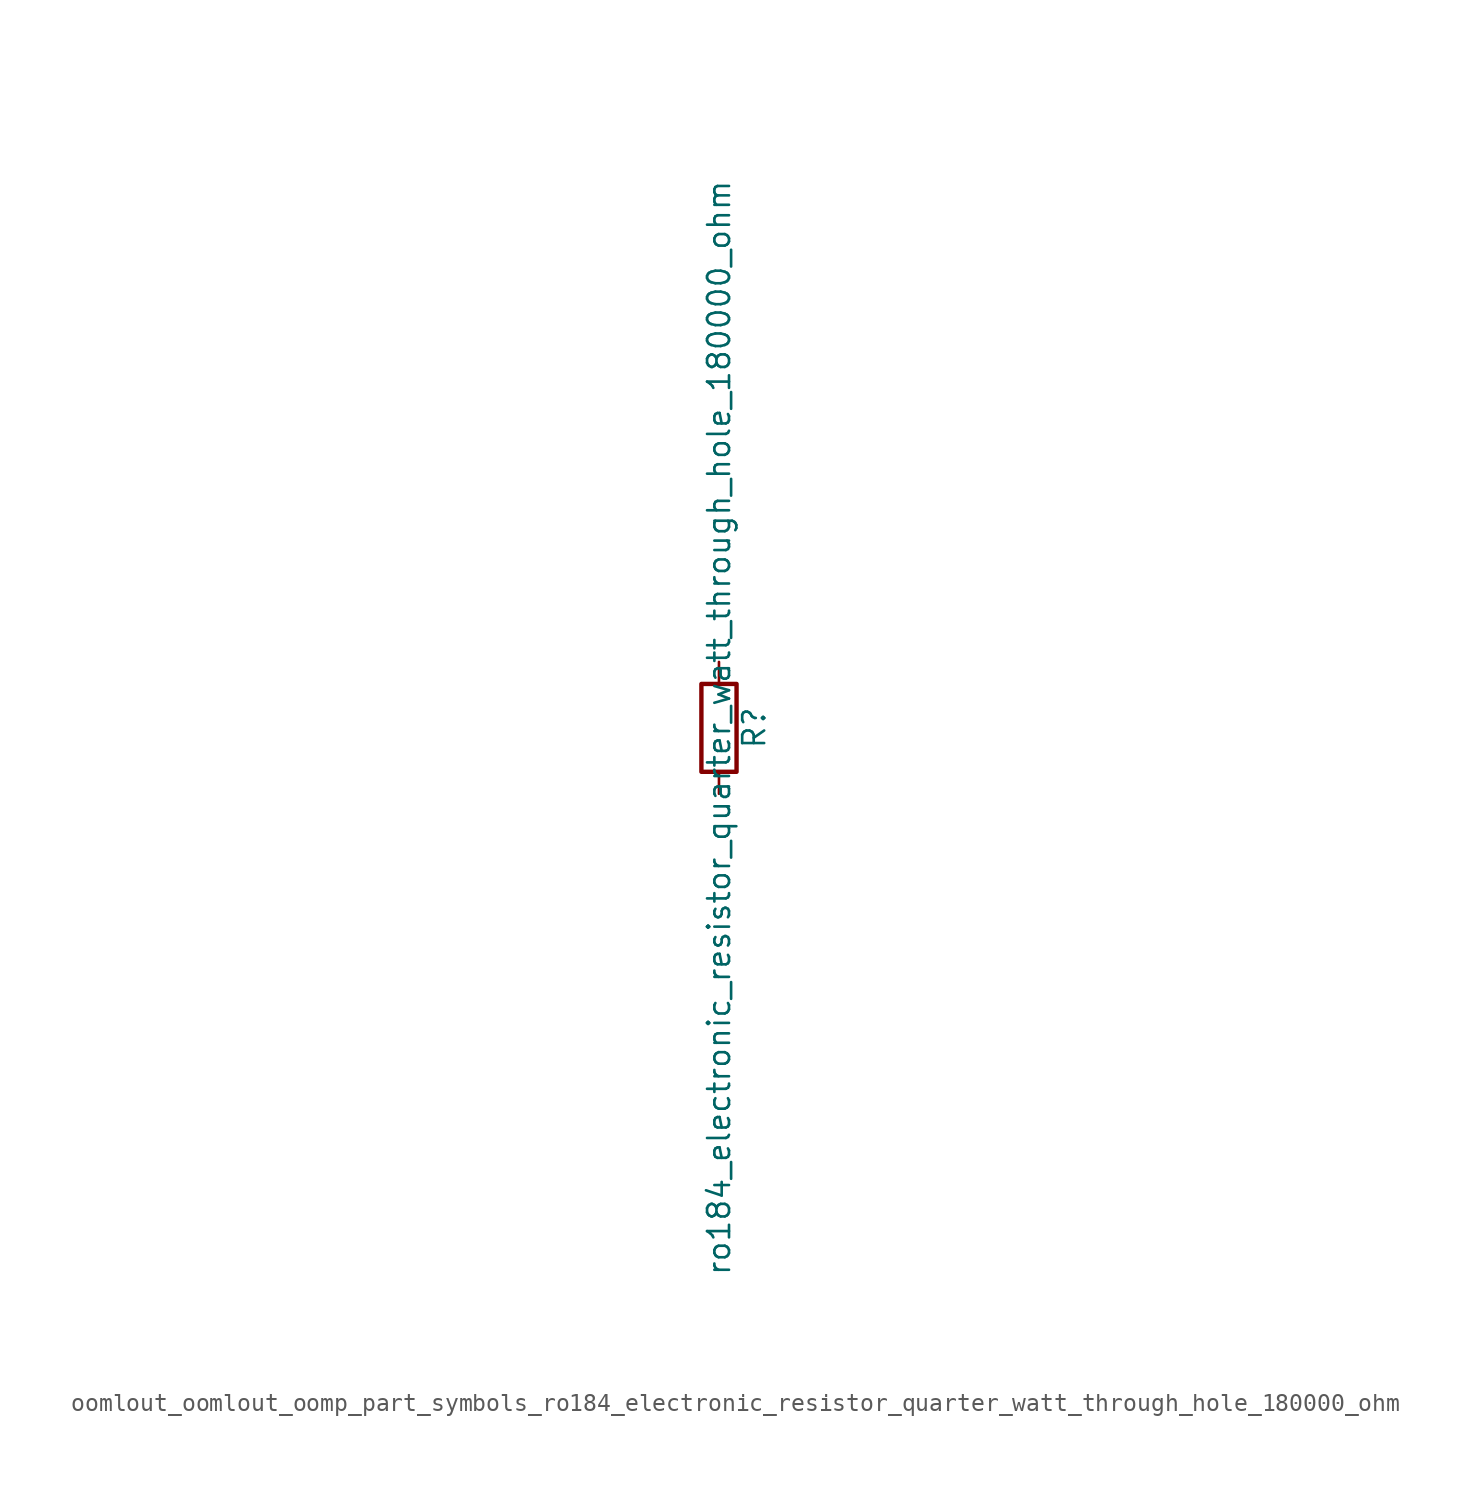
<source format=kicad_sym>
(kicad_symbol_lib
  (version 20220914)
  (generator kicad_symbol_editor)
  (symbol "oomlout_oomlout_oomp_part_symbols_ro184_electronic_resistor_quarter_watt_through_hole_180000_ohm"
    (pin_numbers hide)
    (pin_names
      (offset 0))
    (property "Reference" "R"
      (at 2.032 0 90)
      (effects (font (size 1.27 1.27))))
    (property "Value" "ro184_electronic_resistor_quarter_watt_through_hole_180000_ohm"
      (at 0 0 90)
      (effects (font (size 1.27 1.27))))
    (symbol "oomlout_oomlout_oomp_part_symbols_ro184_electronic_resistor_quarter_watt_through_hole_180000_ohm_0_1"
      (rectangle (start -1.016 -2.54) (end 1.016 2.54) (stroke (width 0.254) (type default)) (fill (type none))))
    (symbol "oomlout_oomlout_oomp_part_symbols_ro184_electronic_resistor_quarter_watt_through_hole_180000_ohm_1_1"
      (pin passive line (at 0 3.81 270) (length 1.27) (name "~" (effects (font (size 1.27 1.27)))) (number "1" (effects (font (size 1.27 1.27)))))
      (pin passive line (at 0 -3.81 90) (length 1.27) (name "~" (effects (font (size 1.27 1.27)))) (number "2" (effects (font (size 1.27 1.27))))))))
</source>
